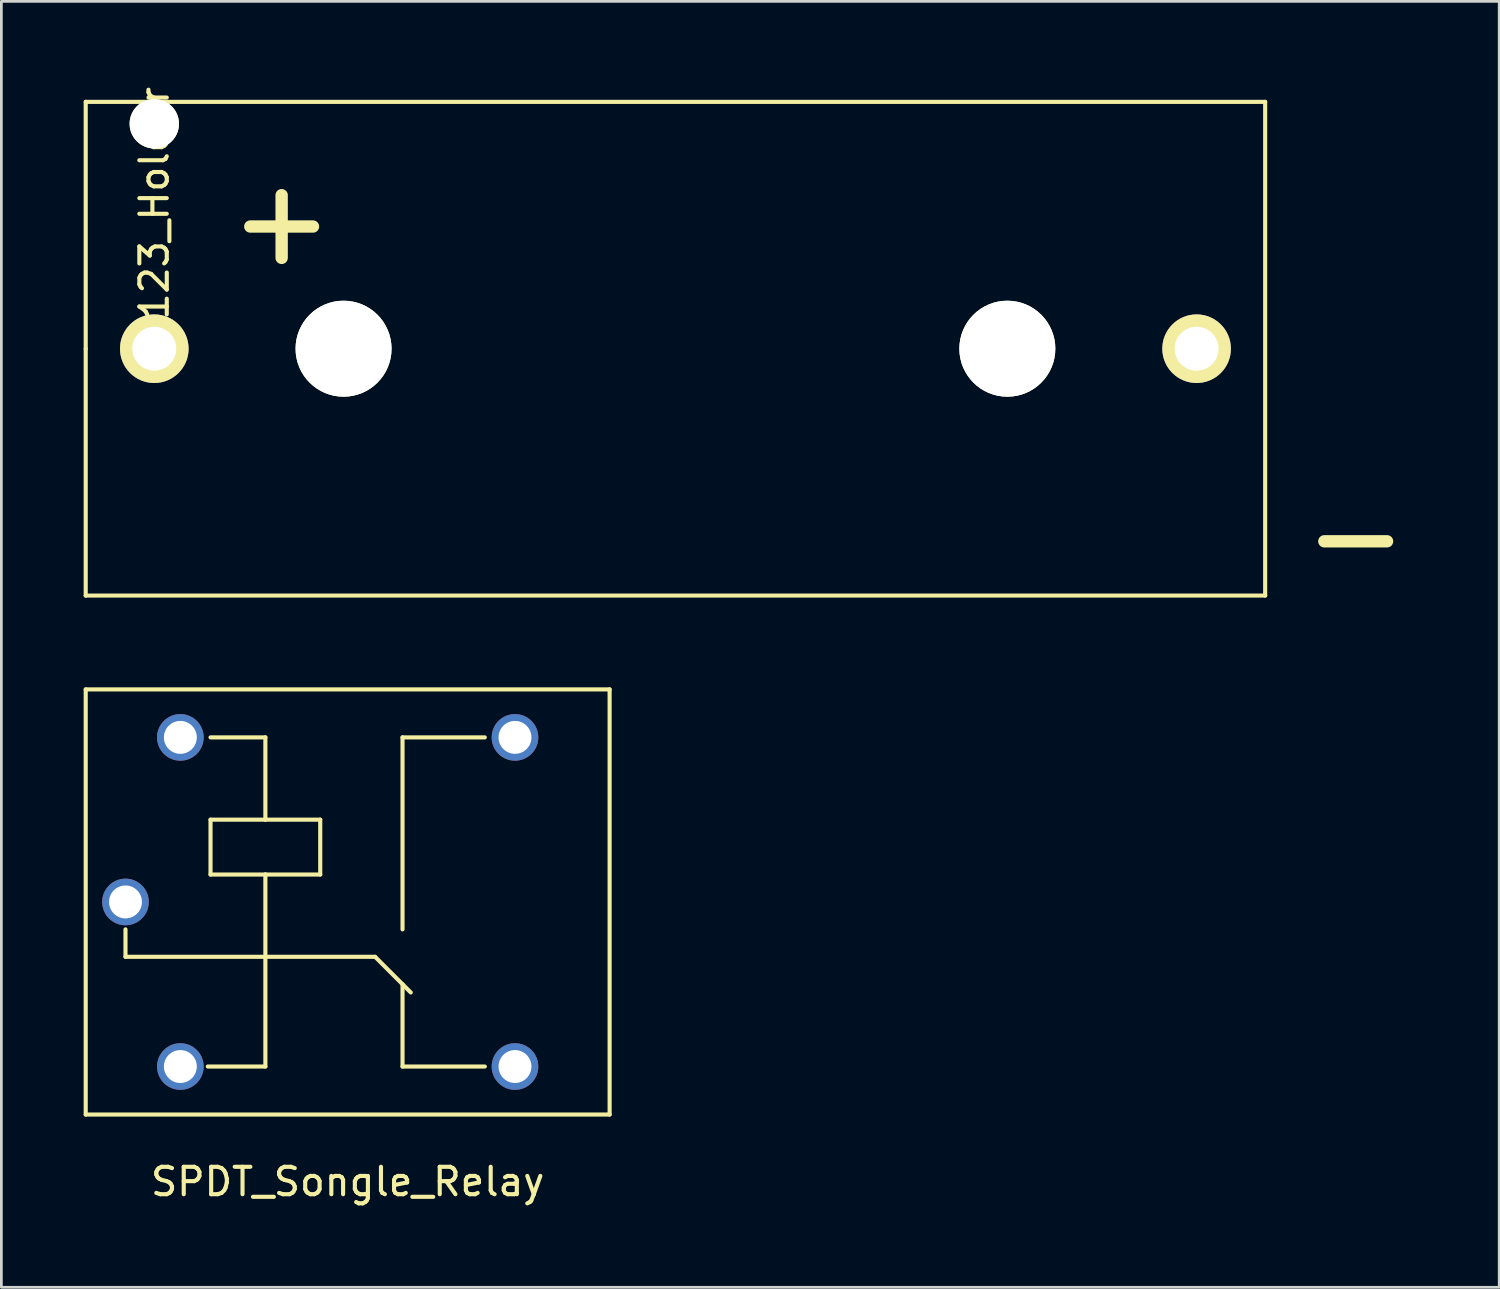
<source format=kicad_pcb>
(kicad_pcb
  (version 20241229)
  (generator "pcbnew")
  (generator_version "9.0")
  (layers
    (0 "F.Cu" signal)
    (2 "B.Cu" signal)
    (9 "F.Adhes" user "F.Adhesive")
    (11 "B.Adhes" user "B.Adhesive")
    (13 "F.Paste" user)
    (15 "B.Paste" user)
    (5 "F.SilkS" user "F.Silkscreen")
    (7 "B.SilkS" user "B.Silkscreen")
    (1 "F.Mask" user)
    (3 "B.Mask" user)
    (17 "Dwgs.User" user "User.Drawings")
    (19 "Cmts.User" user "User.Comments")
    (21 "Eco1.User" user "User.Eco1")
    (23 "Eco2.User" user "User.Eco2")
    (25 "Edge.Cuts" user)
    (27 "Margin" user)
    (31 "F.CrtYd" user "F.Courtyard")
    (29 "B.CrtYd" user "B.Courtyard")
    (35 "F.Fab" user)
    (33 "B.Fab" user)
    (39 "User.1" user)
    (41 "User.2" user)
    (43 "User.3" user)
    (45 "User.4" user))
  (footprint "SPDT_Songle_Relay"
    (layer "F.Cu")
    (at 9.625 29.833)
    (property "Reference" "SPDT_Songle_Relay" (at 0 10.2 0) (layer "F.SilkS") (effects (font (size 1 1) (thickness 0.15))))
    (attr through_hole)
    (fp_line (start -9.55 -7.75) (end 9.55 -7.75) (stroke (width 0.15) (type solid)) (layer "F.SilkS"))
    (fp_line (start -9.55 7.75) (end -9.55 -7.75) (stroke (width 0.15) (type solid)) (layer "F.SilkS"))
    (fp_line (start -8.1 1) (end -8.1 2) (stroke (width 0.15) (type solid)) (layer "F.SilkS"))
    (fp_line (start -8.1 2) (end 1 2) (stroke (width 0.15) (type solid)) (layer "F.SilkS"))
    (fp_line (start -5.1 6) (end -3 6) (stroke (width 0.15) (type solid)) (layer "F.SilkS"))
    (fp_line (start -5 -3) (end -3 -3) (stroke (width 0.15) (type solid)) (layer "F.SilkS"))
    (fp_line (start -5 -1) (end -5 -3) (stroke (width 0.15) (type solid)) (layer "F.SilkS"))
    (fp_line (start -3 -6) (end -5 -6) (stroke (width 0.15) (type solid)) (layer "F.SilkS"))
    (fp_line (start -3 -3) (end -3 -6) (stroke (width 0.15) (type solid)) (layer "F.SilkS"))
    (fp_line (start -3 -3) (end -1 -3) (stroke (width 0.15) (type solid)) (layer "F.SilkS"))
    (fp_line (start -3 -1) (end -5 -1) (stroke (width 0.15) (type solid)) (layer "F.SilkS"))
    (fp_line (start -3 6) (end -3 -1) (stroke (width 0.15) (type solid)) (layer "F.SilkS"))
    (fp_line (start -1 -3) (end -1 -1) (stroke (width 0.15) (type solid)) (layer "F.SilkS"))
    (fp_line (start -1 -1) (end -3 -1) (stroke (width 0.15) (type solid)) (layer "F.SilkS"))
    (fp_line (start 1 2) (end 2.3 3.3) (stroke (width 0.15) (type solid)) (layer "F.SilkS"))
    (fp_line (start 2 -6) (end 5 -6) (stroke (width 0.15) (type solid)) (layer "F.SilkS"))
    (fp_line (start 2 1) (end 2 -6) (stroke (width 0.15) (type solid)) (layer "F.SilkS"))
    (fp_line (start 2 3) (end 2 6) (stroke (width 0.15) (type solid)) (layer "F.SilkS"))
    (fp_line (start 2 6) (end 5 6) (stroke (width 0.15) (type solid)) (layer "F.SilkS"))
    (fp_line (start 9.55 -7.75) (end 9.55 7.75) (stroke (width 0.15) (type solid)) (layer "F.SilkS"))
    (fp_line (start 9.55 7.75) (end -9.55 7.75) (stroke (width 0.15) (type solid)) (layer "F.SilkS"))
    (pad "1" thru_hole circle (at -6.1 -6) (size 1.7 1.7) (drill 1.2) (layers "*.Cu" "*.Mask"))
    (pad "2" thru_hole circle (at -6.1 6) (size 1.7 1.7) (drill 1.2) (layers "*.Cu" "*.Mask"))
    (pad "3" thru_hole circle (at -8.1 0) (size 1.7 1.7) (drill 1.2) (layers "*.Cu" "*.Mask"))
    (pad "4" thru_hole circle (at 6.1 -6) (size 1.7 1.7) (drill 1.2) (layers "*.Cu" "*.Mask"))
    (pad "5" thru_hole circle (at 6.1 6) (size 1.7 1.7) (drill 1.2) (layers "*.Cu" "*.Mask")))
  (footprint "CR123_Holder"
    (layer "F.Cu")
    (at 21.575 9.663)
    (property "Reference" "CR123_Holder" (at -19 -4.3 90) (layer "F.SilkS") (effects (font (size 1 1) (thickness 0.15))))
    (attr through_hole)
    (fp_line (start -21.5 -9) (end 21.5 -9) (stroke (width 0.15) (type solid)) (layer "F.SilkS"))
    (fp_line (start -21.5 0) (end -21.5 -9) (stroke (width 0.15) (type solid)) (layer "F.SilkS"))
    (fp_line (start -21.5 9) (end -21.5 0) (stroke (width 0.15) (type solid)) (layer "F.SilkS"))
    (fp_line (start 21.5 -9) (end 21.5 9) (stroke (width 0.15) (type solid)) (layer "F.SilkS"))
    (fp_line (start 21.5 9) (end -21.5 9) (stroke (width 0.15) (type solid)) (layer "F.SilkS"))
    (fp_text user "+" (at -14.357 -4.676 0) (layer "F.SilkS") (effects (font (size 3 3) (thickness 0.45))))
    (fp_text user "-" (at 24.8 6.8 0) (layer "F.SilkS") (effects (font (size 3 3) (thickness 0.45))))
    (pad "" np_thru_hole circle (at -19 -8.2) (size 1.8 1.8) (drill 1.8) (layers "*.Cu" "*.Mask" "F.SilkS"))
    (pad "" np_thru_hole circle (at -12.1 0) (size 3.5 3.5) (drill 3.5) (layers "*.Cu" "*.Mask" "F.SilkS"))
    (pad "" np_thru_hole circle (at 12.1 0) (size 3.5 3.5) (drill 3.5) (layers "*.Cu" "*.Mask" "F.SilkS"))
    (pad "1" thru_hole circle (at -19 0) (size 2.5 2.5) (drill 1.6) (layers "*.Cu" "*.Mask" "F.SilkS"))
    (pad "2" thru_hole circle (at 19 0) (size 2.5 2.5) (drill 1.6) (layers "*.Cu" "*.Mask" "F.SilkS")))
  (gr_rect
    (start -3 -3)
    (end 51.607 43.881)
    (stroke (width 0.1) (type default))
    (fill no)
    (layer "Edge.Cuts")))
</source>
